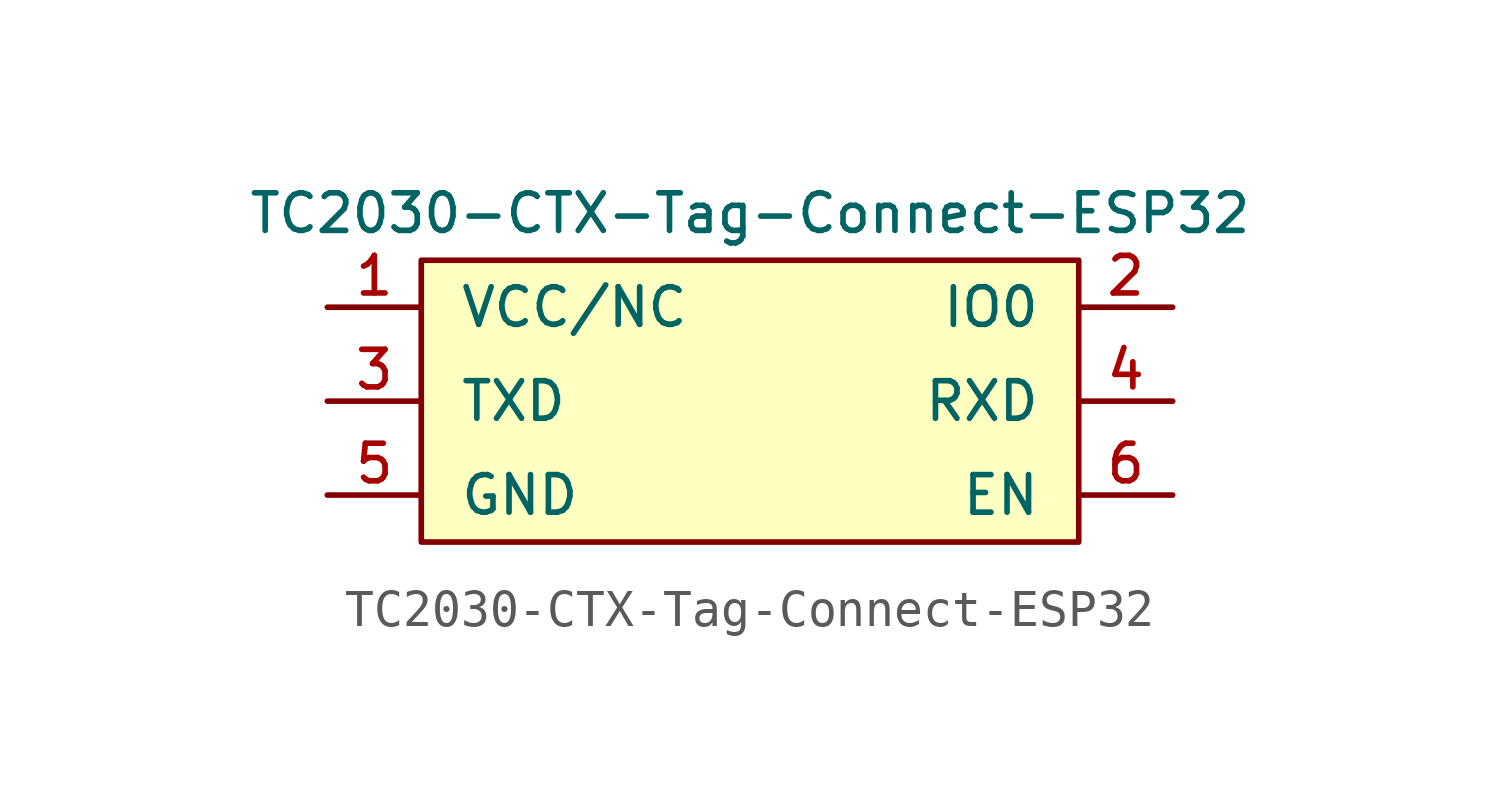
<source format=kicad_sym>
(kicad_symbol_lib
  (version 20211014)
  (generator kicad_symbol_editor)
  (symbol "TC2030-CTX-Tag-Connect-ESP32"
    (pin_names
      (offset 1.016))
    (property "Reference" "P?"
      (at -1.27 -5.08 0)
      (effects (font (size 1.016 1.016)) (justify left) hide))
    (property "Value" "TC2030-CTX-Tag-Connect-ESP32"
      (at 0 5.08 0)
      (effects (font (size 1.016 1.016))))
    (symbol "TC2030-CTX-Tag-Connect-ESP32_0_1"
      (rectangle (start 8.89 3.81) (end -8.89 -3.81) (stroke (width 0) (type default) (color 0 0 0 0)) (fill (type background))))
    (symbol "TC2030-CTX-Tag-Connect-ESP32_1_1"
      (pin passive line (at -11.43 2.54 0) (length 2.54) (name "VCC/NC" (effects (font (size 1.016 1.016)))) (number "1" (effects (font (size 1.016 1.016)))))
      (pin passive line (at 11.43 2.54 180) (length 2.54) (name "IO0" (effects (font (size 1.016 1.016)))) (number "2" (effects (font (size 1.016 1.016)))))
      (pin passive line (at -11.43 0 0) (length 2.54) (name "TXD" (effects (font (size 1.016 1.016)))) (number "3" (effects (font (size 1.016 1.016)))))
      (pin passive line (at 11.43 0 180) (length 2.54) (name "RXD" (effects (font (size 1.016 1.016)))) (number "4" (effects (font (size 1.016 1.016)))))
      (pin passive line (at -11.43 -2.54 0) (length 2.54) (name "GND" (effects (font (size 1.016 1.016)))) (number "5" (effects (font (size 1.016 1.016)))))
      (pin passive line (at 11.43 -2.54 180) (length 2.54) (name "EN" (effects (font (size 1.016 1.016)))) (number "6" (effects (font (size 1.016 1.016))))))))
</source>
